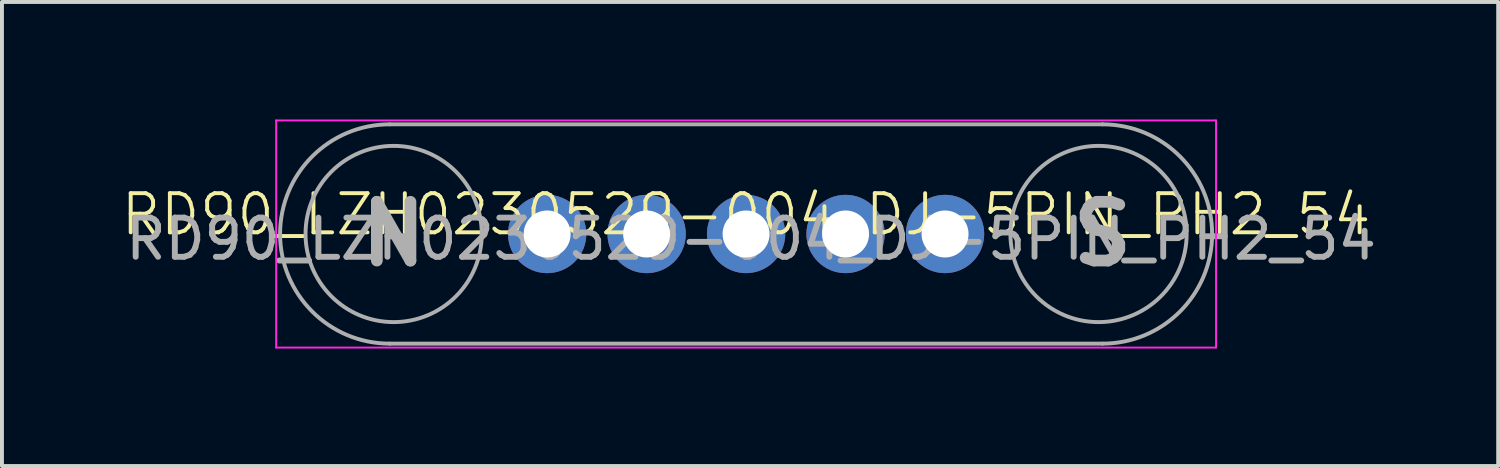
<source format=kicad_pcb>
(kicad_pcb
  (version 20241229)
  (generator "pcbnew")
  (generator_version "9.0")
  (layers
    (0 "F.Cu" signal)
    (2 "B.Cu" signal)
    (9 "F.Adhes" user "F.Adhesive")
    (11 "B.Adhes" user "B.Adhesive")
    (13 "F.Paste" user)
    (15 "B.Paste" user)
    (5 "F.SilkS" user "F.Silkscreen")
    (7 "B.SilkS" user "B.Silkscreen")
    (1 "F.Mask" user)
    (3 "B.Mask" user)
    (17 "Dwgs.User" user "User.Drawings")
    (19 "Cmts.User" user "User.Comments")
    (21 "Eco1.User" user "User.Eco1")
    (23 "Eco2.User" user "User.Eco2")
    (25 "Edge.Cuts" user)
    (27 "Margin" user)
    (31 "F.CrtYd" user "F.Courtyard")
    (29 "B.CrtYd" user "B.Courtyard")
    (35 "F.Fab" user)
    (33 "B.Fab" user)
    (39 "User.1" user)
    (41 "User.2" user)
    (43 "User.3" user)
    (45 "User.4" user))
  (footprint "RD90_LZH0230529-004_DJ-5PIN_PH2_54"
    (layer "F.Cu")
    (at 16.002 2.925)
    (property "Reference" "RD90_LZH0230529-004_DJ-5PIN_PH2_54" (at 0 -0.5 0) (unlocked yes) (layer "F.SilkS") (effects (font (size 1 1) (thickness 0.1))))
    (attr through_hole)
    (fp_line (start -12 -2.9) (end -12 2.9) (stroke (width 0.05) (type default)) (layer "F.CrtYd"))
    (fp_line (start -12 2.9) (end 12 2.9) (stroke (width 0.05) (type default)) (layer "F.CrtYd"))
    (fp_line (start 12 -2.9) (end -12 -2.9) (stroke (width 0.05) (type default)) (layer "F.CrtYd"))
    (fp_line (start 12 2.9) (end 12 -2.9) (stroke (width 0.05) (type default)) (layer "F.CrtYd"))
    (fp_line (start -9.1 -2.8) (end 9.1 -2.8) (stroke (width 0.1) (type default)) (layer "F.Fab"))
    (fp_line (start -9.1 2.8) (end 9.1 2.8) (stroke (width 0.1) (type default)) (layer "F.Fab"))
    (fp_arc (start -9.1 2.8) (mid -11.9 0) (end -9.1 -2.8) (stroke (width 0.1) (type default)) (layer "F.Fab"))
    (fp_arc (start 9.1 -2.8) (mid 11.9 0) (end 9.1 2.8) (stroke (width 0.1) (type default)) (layer "F.Fab"))
    (fp_circle (center -9 0) (end -6.75 0) (stroke (width 0.1) (type default)) (fill no) (layer "F.Fab"))
    (fp_circle (center 9 0) (end 11.25 0) (stroke (width 0.1) (type default)) (fill no) (layer "F.Fab"))
    (fp_text user "${REFERENCE}" (at 0.127 0.127 0) (unlocked yes) (layer "F.Fab") (effects (font (size 1 1) (thickness 0.15))))
    (fp_text user "N" (at -9 0 0) (unlocked yes) (layer "F.Fab") (effects (font (size 1.5 1.5) (thickness 0.3) (bold yes))))
    (fp_text user "S" (at 9.1 0 0) (unlocked yes) (layer "F.Fab") (effects (font (size 1.5 1.5) (thickness 0.3) (bold yes))))
    (pad "1" thru_hole circle (at -5.08 0) (size 2 2) (drill 1.2) (layers "*.Cu" "*.Mask"))
    (pad "2" thru_hole circle (at -2.54 0) (size 2 2) (drill 1.2) (layers "*.Cu" "*.Mask"))
    (pad "3" thru_hole circle (at 0 0) (size 2 2) (drill 1.2) (layers "*.Cu" "*.Mask"))
    (pad "4" thru_hole circle (at 2.54 0) (size 2 2) (drill 1.2) (layers "*.Cu" "*.Mask"))
    (pad "5" thru_hole circle (at 5.08 0) (size 2 2) (drill 1.2) (layers "*.Cu" "*.Mask")))
  (gr_rect
    (start -3 -3)
    (end 35.207 8.85)
    (stroke (width 0.1) (type default))
    (fill no)
    (layer "Edge.Cuts")))
</source>
